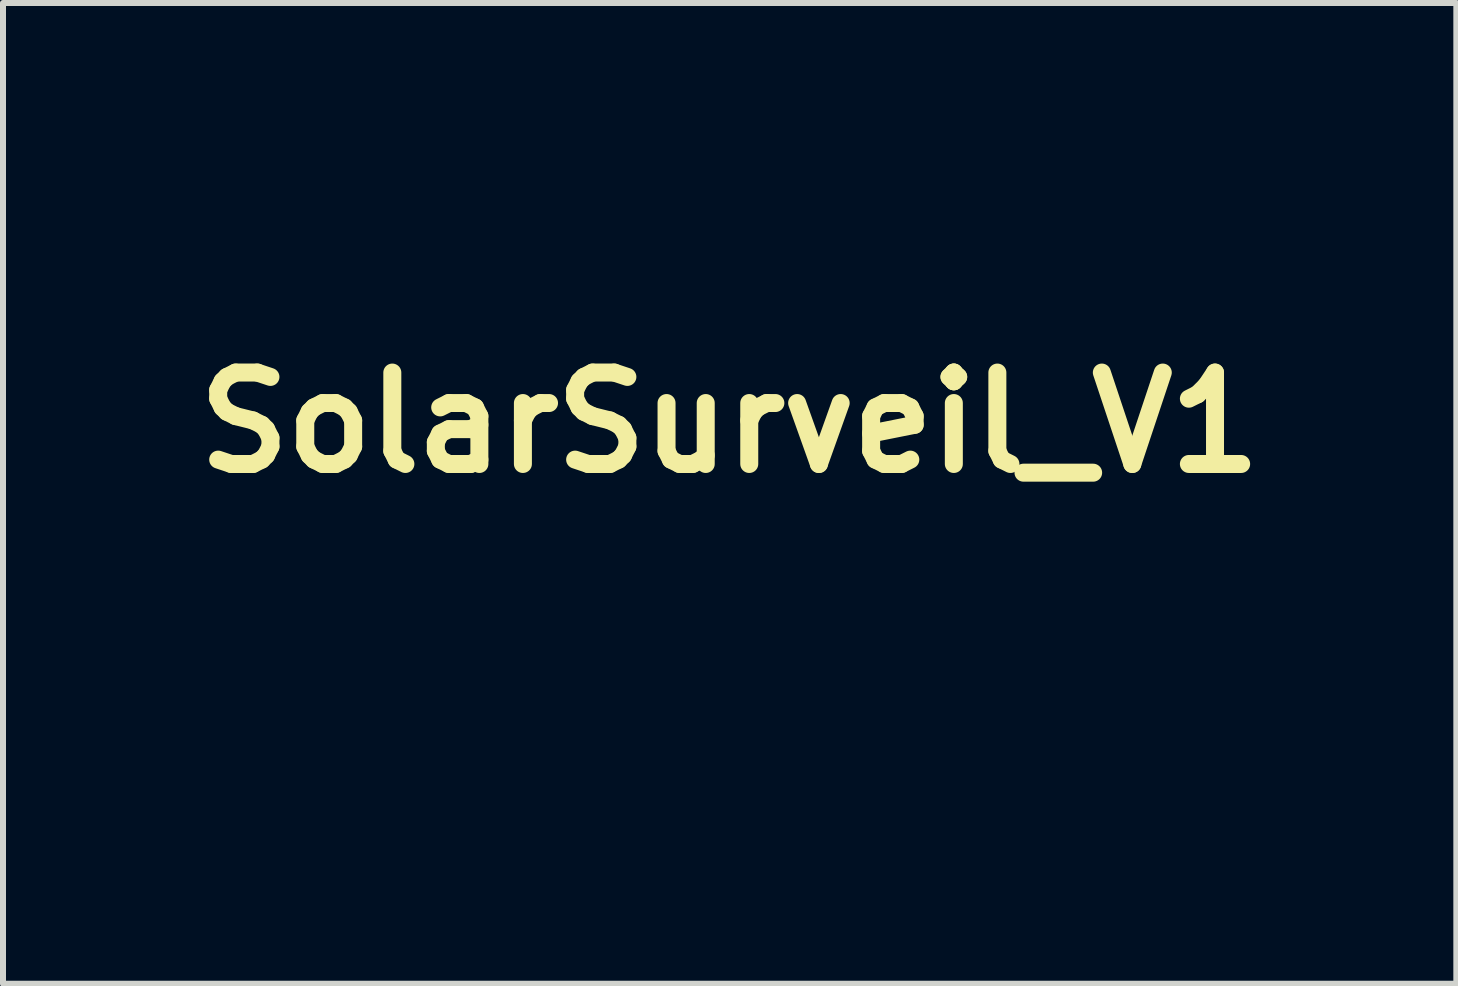
<source format=kicad_pcb>
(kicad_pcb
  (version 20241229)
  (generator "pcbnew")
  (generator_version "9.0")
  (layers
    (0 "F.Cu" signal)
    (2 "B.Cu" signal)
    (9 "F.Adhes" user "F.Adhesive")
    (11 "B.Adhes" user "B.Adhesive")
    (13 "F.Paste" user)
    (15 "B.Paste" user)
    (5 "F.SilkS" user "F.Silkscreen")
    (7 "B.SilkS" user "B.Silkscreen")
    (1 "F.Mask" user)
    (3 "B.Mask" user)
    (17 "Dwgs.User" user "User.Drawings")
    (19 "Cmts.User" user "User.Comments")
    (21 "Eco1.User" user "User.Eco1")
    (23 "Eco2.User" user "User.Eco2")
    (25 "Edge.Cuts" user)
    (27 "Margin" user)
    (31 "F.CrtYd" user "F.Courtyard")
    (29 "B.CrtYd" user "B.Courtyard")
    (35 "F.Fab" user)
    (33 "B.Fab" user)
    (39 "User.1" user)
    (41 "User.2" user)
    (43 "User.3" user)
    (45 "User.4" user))
  (footprint "SolarSurveil_V1"
    (layer "F.Cu")
    (at 9.115 3.996)
    (property "Reference" "SolarSurveil_V1" (at 0 0 0) (layer "F.SilkS") (effects (font (size 1.524 1.524) (thickness 0.3))))
    (attr through_hole)
    (fp_poly (pts (xy -1.727 1.689) (xy -1.74 1.702) (xy -1.753 1.689) (xy -1.74 1.676) (xy -1.727 1.689)) (stroke (width 0.01) (type solid)) (fill no) (layer "Eco2.User"))
    (fp_poly (pts (xy -1.727 2.121) (xy -1.74 2.134) (xy -1.753 2.121) (xy -1.74 2.108) (xy -1.727 2.121)) (stroke (width 0.01) (type solid)) (fill no) (layer "Eco2.User"))
    (fp_poly (pts (xy -1.092 2.705) (xy -1.105 2.718) (xy -1.118 2.705) (xy -1.105 2.692) (xy -1.092 2.705)) (stroke (width 0.01) (type solid)) (fill no) (layer "Eco2.User"))
    (fp_poly (pts (xy -0.356 2.756) (xy -0.368 2.769) (xy -0.381 2.756) (xy -0.368 2.743) (xy -0.356 2.756)) (stroke (width 0.01) (type solid)) (fill no) (layer "Eco2.User"))
    (fp_poly (pts (xy 0.178 2.731) (xy 0.165 2.743) (xy 0.152 2.731) (xy 0.165 2.718) (xy 0.178 2.731)) (stroke (width 0.01) (type solid)) (fill no) (layer "Eco2.User"))
    (fp_poly (pts (xy -0.567 2.726) (xy -0.564 2.756) (xy -0.567 2.76) (xy -0.582 2.757) (xy -0.584 2.743) (xy -0.575 2.722) (xy -0.567 2.726)) (stroke (width 0.01) (type solid)) (fill no) (layer "Eco2.User"))
    (fp_poly (pts (xy 0.398 2.726) (xy 0.401 2.756) (xy 0.398 2.76) (xy 0.383 2.757) (xy 0.381 2.743) (xy 0.39 2.722) (xy 0.398 2.726)) (stroke (width 0.01) (type solid)) (fill no) (layer "Eco2.User"))
    (fp_poly (pts (xy 0.703 -2.557) (xy 0.699 -2.542) (xy 0.686 -2.54) (xy 0.665 -2.549) (xy 0.669 -2.557) (xy 0.699 -2.56) (xy 0.703 -2.557)) (stroke (width 0.01) (type solid)) (fill no) (layer "Eco2.User"))
    (fp_poly (pts (xy 1.135 2.713) (xy 1.138 2.753) (xy 1.133 2.762) (xy 1.121 2.754) (xy 1.12 2.728) (xy 1.126 2.701) (xy 1.135 2.713)) (stroke (width 0.01) (type solid)) (fill no) (layer "Eco2.User"))
    (fp_poly (pts (xy -1.672 1.641) (xy -1.651 1.674) (xy -1.651 1.678) (xy -1.668 1.701) (xy -1.672 1.702) (xy -1.691 1.681) (xy -1.693 1.665) (xy -1.682 1.639) (xy -1.672 1.641)) (stroke (width 0.01) (type solid)) (fill no) (layer "Eco2.User"))
    (fp_poly (pts (xy -1.672 2.124) (xy -1.651 2.157) (xy -1.651 2.16) (xy -1.668 2.184) (xy -1.672 2.184) (xy -1.691 2.164) (xy -1.693 2.147) (xy -1.682 2.122) (xy -1.672 2.124)) (stroke (width 0.01) (type solid)) (fill no) (layer "Eco2.User"))
    (fp_poly (pts (xy -0.441 2.726) (xy -0.432 2.738) (xy -0.453 2.756) (xy -0.483 2.762) (xy -0.524 2.755) (xy -0.533 2.742) (xy -0.512 2.722) (xy -0.483 2.718) (xy -0.441 2.726)) (stroke (width 0.01) (type solid)) (fill no) (layer "Eco2.User"))
    (fp_poly (pts (xy 0.314 2.723) (xy 0.321 2.735) (xy 0.285 2.752) (xy 0.239 2.756) (xy 0.206 2.746) (xy 0.203 2.739) (xy 0.225 2.723) (xy 0.271 2.718) (xy 0.314 2.723)) (stroke (width 0.01) (type solid)) (fill no) (layer "Eco2.User"))
    (fp_poly (pts (xy -1.188 2.724) (xy -1.182 2.739) (xy -1.219 2.755) (xy -1.258 2.762) (xy -1.305 2.759) (xy -1.321 2.744) (xy -1.299 2.726) (xy -1.245 2.718) (xy -1.24 2.718) (xy -1.188 2.724)) (stroke (width 0.01) (type solid)) (fill no) (layer "Eco2.User"))
    (fp_poly (pts (xy 1.037 2.722) (xy 1.06 2.731) (xy 1.058 2.735) (xy 1.018 2.753) (xy 0.96 2.758) (xy 0.913 2.75) (xy 0.901 2.741) (xy 0.913 2.726) (xy 0.962 2.718) (xy 0.981 2.718) (xy 1.037 2.722)) (stroke (width 0.01) (type solid)) (fill no) (layer "Eco2.User"))
    (fp_poly (pts (xy -1.659 0.727) (xy -1.656 0.735) (xy -1.668 0.758) (xy -1.689 0.762) (xy -1.721 0.749) (xy -1.722 0.735) (xy -1.712 0.724) (xy -1.702 0.724) (xy -1.689 0.737) (xy -1.676 0.724) (xy -1.689 0.711) (xy -1.702 0.724) (xy -1.712 0.724) (xy -1.696 0.708) (xy -1.689 0.707) (xy -1.659 0.727)) (stroke (width 0.01) (type solid)) (fill no) (layer "Eco2.User"))
    (fp_poly (pts (xy -1.659 1.21) (xy -1.656 1.217) (xy -1.668 1.24) (xy -1.689 1.245) (xy -1.721 1.232) (xy -1.722 1.217) (xy -1.712 1.206) (xy -1.702 1.206) (xy -1.689 1.219) (xy -1.676 1.206) (xy -1.689 1.194) (xy -1.702 1.206) (xy -1.712 1.206) (xy -1.696 1.191) (xy -1.689 1.19) (xy -1.659 1.21)) (stroke (width 0.01) (type solid)) (fill no) (layer "Eco2.User"))
    (fp_poly (pts (xy -1.68 0.239) (xy -1.653 0.271) (xy -1.651 0.281) (xy -1.669 0.302) (xy -1.708 0.301) (xy -1.74 0.279) (xy -1.741 0.278) (xy -1.747 0.242) (xy -1.742 0.235) (xy -1.728 0.24) (xy -1.727 0.25) (xy -1.709 0.278) (xy -1.7 0.279) (xy -1.686 0.263) (xy -1.692 0.25) (xy -1.695 0.233) (xy -1.68 0.239)) (stroke (width 0.01) (type solid)) (fill no) (layer "Eco2.User"))
    (fp_poly (pts (xy 0.813 -2.533) (xy 0.891 -2.513) (xy 1.014 -2.474) (xy 1.071 -2.455) (xy 1.401 -2.315) (xy 1.702 -2.135) (xy 1.974 -1.916) (xy 2.212 -1.663) (xy 2.414 -1.379) (xy 2.578 -1.066) (xy 2.701 -0.728) (xy 2.767 -0.446) (xy 2.779 -0.353) (xy 2.788 -0.229) (xy 2.793 -0.096) (xy 2.794 -0.032) (xy 2.769 0.322) (xy 2.695 0.667) (xy 2.574 0.998) (xy 2.408 1.31) (xy 2.197 1.6) (xy 2.096 1.714) (xy 1.953 1.867) (xy 2.059 1.705) (xy 2.202 1.458) (xy 2.326 1.184) (xy 2.421 0.907) (xy 2.427 0.886) (xy 2.465 0.712) (xy 2.492 0.504) (xy 2.509 0.279) (xy 2.514 0.055) (xy 2.506 -0.153) (xy 2.49 -0.299) (xy 2.407 -0.668) (xy 2.28 -1.019) (xy 2.112 -1.347) (xy 1.906 -1.649) (xy 1.665 -1.921) (xy 1.391 -2.158) (xy 1.088 -2.357) (xy 0.954 -2.427) (xy 0.849 -2.481) (xy 0.791 -2.517) (xy 0.779 -2.534) (xy 0.813 -2.533)) (stroke (width 0.01) (type solid)) (fill no) (layer "Eco2.User"))
    (fp_poly (pts (xy 0.368 -3.978) (xy 0.801 -3.917) (xy 1.225 -3.81) (xy 1.637 -3.656) (xy 2.031 -3.458) (xy 2.259 -3.317) (xy 2.617 -3.047) (xy 2.939 -2.744) (xy 3.223 -2.411) (xy 3.467 -2.05) (xy 3.67 -1.665) (xy 3.829 -1.26) (xy 3.944 -0.837) (xy 4.013 -0.399) (xy 4.034 0.05) (xy 4.03 0.203) (xy 3.986 0.643) (xy 3.892 1.072) (xy 3.751 1.488) (xy 3.563 1.887) (xy 3.33 2.266) (xy 3.158 2.496) (xy 3.019 2.668) (xy 3.197 2.864) (xy 3.243 2.913) (xy 3.322 2.994) (xy 3.431 3.104) (xy 3.566 3.241) (xy 3.726 3.401) (xy 3.905 3.581) (xy 4.103 3.778) (xy 4.315 3.989) (xy 4.538 4.211) (xy 4.769 4.44) (xy 4.862 4.532) (xy 6.35 6.004) (xy 6.35 6.35) (xy 5.448 6.349) (xy 4.102 5.003) (xy 3.879 4.781) (xy 3.663 4.565) (xy 3.455 4.358) (xy 3.26 4.165) (xy 3.081 3.987) (xy 2.921 3.83) (xy 2.785 3.695) (xy 2.674 3.587) (xy 2.593 3.508) (xy 2.548 3.466) (xy 2.34 3.274) (xy 2.129 3.407) (xy 1.812 3.583) (xy 1.463 3.733) (xy 1.077 3.858) (xy 0.8 3.928) (xy 0.717 3.945) (xy 0.627 3.958) (xy 0.522 3.966) (xy 0.393 3.972) (xy 0.23 3.974) (xy 0.051 3.975) (xy -0.139 3.975) (xy -0.288 3.972) (xy -0.407 3.968) (xy -0.506 3.96) (xy -0.595 3.948) (xy -0.684 3.932) (xy -0.762 3.915) (xy -1.213 3.788) (xy -1.635 3.62) (xy -2.029 3.411) (xy -2.395 3.159) (xy -2.733 2.864) (xy -2.849 2.746) (xy -3.131 2.42) (xy -3.37 2.076) (xy -3.568 1.709) (xy -3.729 1.313) (xy -3.842 0.943) (xy -3.868 0.84) (xy -3.888 0.75) (xy -3.902 0.664) (xy -3.913 0.571) (xy -3.92 0.461) (xy -3.925 0.323) (xy -3.93 0.146) (xy -3.931 0.104) (xy -3.932 -0.025) (xy -3.079 -0.025) (xy -3.058 0.372) (xy -2.994 0.744) (xy -2.887 1.098) (xy -2.733 1.441) (xy -2.533 1.778) (xy -2.373 1.987) (xy -2.175 2.198) (xy -1.951 2.401) (xy -1.712 2.585) (xy -1.471 2.74) (xy -1.359 2.8) (xy -1.187 2.877) (xy -0.983 2.951) (xy -0.764 3.017) (xy -0.55 3.071) (xy -0.358 3.105) (xy -0.343 3.107) (xy -0.241 3.115) (xy -0.105 3.119) (xy 0.049 3.119) (xy 0.205 3.116) (xy 0.347 3.109) (xy 0.457 3.1) (xy 0.47 3.098) (xy 0.858 3.018) (xy 1.229 2.89) (xy 1.58 2.717) (xy 1.91 2.498) (xy 2.215 2.236) (xy 2.251 2.2) (xy 2.516 1.901) (xy 2.738 1.579) (xy 2.916 1.238) (xy 3.047 0.88) (xy 3.132 0.509) (xy 3.168 0.128) (xy 3.165 -0.108) (xy 3.122 -0.517) (xy 3.035 -0.902) (xy 2.903 -1.263) (xy 2.726 -1.603) (xy 2.502 -1.923) (xy 2.288 -2.169) (xy 1.998 -2.435) (xy 1.677 -2.662) (xy 1.33 -2.847) (xy 0.961 -2.988) (xy 0.826 -3.027) (xy 0.709 -3.057) (xy 0.613 -3.078) (xy 0.523 -3.092) (xy 0.428 -3.101) (xy 0.314 -3.106) (xy 0.168 -3.109) (xy 0.076 -3.109) (xy -0.117 -3.109) (xy -0.271 -3.104) (xy -0.397 -3.095) (xy -0.508 -3.08) (xy -0.584 -3.065) (xy -0.972 -2.959) (xy -1.329 -2.812) (xy -1.66 -2.623) (xy -1.968 -2.391) (xy -2.172 -2.201) (xy -2.443 -1.894) (xy -2.665 -1.573) (xy -2.839 -1.236) (xy -2.966 -0.883) (xy -3.046 -0.511) (xy -3.078 -0.121) (xy -3.079 -0.025) (xy -3.932 -0.025) (xy -3.934 -0.16) (xy -3.931 -0.375) (xy -3.922 -0.54) (xy -3.912 -0.631) (xy -3.818 -1.058) (xy -3.677 -1.469) (xy -3.494 -1.86) (xy -3.27 -2.228) (xy -3.009 -2.57) (xy -2.713 -2.883) (xy -2.385 -3.164) (xy -2.029 -3.409) (xy -1.646 -3.616) (xy -1.24 -3.781) (xy -0.934 -3.872) (xy -0.504 -3.956) (xy -0.068 -3.991) (xy 0.368 -3.978)) (stroke (width 0.01) (type solid)) (fill no) (layer "Eco2.User"))
    (fp_poly (pts (xy 1.778 0.238) (xy 1.783 0.242) (xy 1.78 0.27) (xy 1.757 0.329) (xy 1.727 0.389) (xy 1.685 0.472) (xy 1.651 0.547) (xy 1.638 0.582) (xy 1.63 0.623) (xy 1.648 0.634) (xy 1.699 0.627) (xy 1.754 0.622) (xy 1.778 0.635) (xy 1.778 0.636) (xy 1.756 0.652) (xy 1.701 0.66) (xy 1.688 0.66) (xy 1.643 0.663) (xy 1.611 0.676) (xy 1.582 0.71) (xy 1.548 0.773) (xy 1.513 0.849) (xy 1.458 0.97) (xy 1.424 1.05) (xy 1.411 1.099) (xy 1.421 1.121) (xy 1.453 1.125) (xy 1.508 1.118) (xy 1.539 1.113) (xy 1.649 1.096) (xy 1.718 1.087) (xy 1.756 1.086) (xy 1.773 1.092) (xy 1.777 1.105) (xy 1.755 1.119) (xy 1.694 1.136) (xy 1.606 1.151) (xy 1.572 1.156) (xy 1.364 1.181) (xy 1.203 1.537) (xy 1.148 1.662) (xy 1.1 1.772) (xy 1.065 1.859) (xy 1.045 1.912) (xy 1.042 1.924) (xy 1.026 1.954) (xy 0.99 1.943) (xy 0.977 1.933) (xy 0.945 1.917) (xy 0.874 1.89) (xy 0.773 1.855) (xy 0.653 1.815) (xy 0.612 1.802) (xy 0.272 1.694) (xy 0.104 1.87) (xy 0.011 1.968) (xy -0.1 2.084) (xy -0.211 2.2) (xy -0.26 2.252) (xy -0.457 2.458) (xy -0.606 2.379) (xy -0.756 2.301) (xy -0.956 2.451) (xy -1.045 2.519) (xy -1.12 2.579) (xy -1.17 2.623) (xy -1.184 2.638) (xy -1.211 2.661) (xy -1.231 2.643) (xy -1.233 2.604) (xy -1.221 2.592) (xy -1.171 2.558) (xy -1.1 2.508) (xy -1.02 2.449) (xy -0.94 2.389) (xy -0.873 2.336) (xy -0.827 2.299) (xy -0.814 2.285) (xy -0.821 2.279) (xy -0.722 2.279) (xy -0.621 2.332) (xy -0.551 2.365) (xy -0.493 2.385) (xy -0.48 2.386) (xy -0.445 2.369) (xy -0.387 2.323) (xy -0.317 2.256) (xy -0.291 2.229) (xy -0.208 2.14) (xy -0.105 2.032) (xy 0.001 1.921) (xy 0.058 1.861) (xy 0.26 1.651) (xy 0.627 1.768) (xy 0.755 1.808) (xy 0.865 1.84) (xy 0.949 1.863) (xy 0.998 1.873) (xy 1.006 1.873) (xy 1.02 1.846) (xy 1.051 1.782) (xy 1.095 1.689) (xy 1.147 1.576) (xy 1.166 1.534) (xy 1.228 1.397) (xy 1.267 1.3) (xy 1.283 1.238) (xy 1.276 1.205) (xy 1.244 1.195) (xy 1.186 1.202) (xy 1.12 1.216) (xy 1.057 1.227) (xy 1.006 1.223) (xy 0.948 1.2) (xy 0.868 1.154) (xy 0.79 1.109) (xy 0.728 1.078) (xy 0.697 1.067) (xy 0.669 1.084) (xy 0.614 1.131) (xy 0.542 1.199) (xy 0.475 1.266) (xy 0.281 1.466) (xy 0.129 1.413) (xy 0.049 1.387) (xy -0.009 1.373) (xy -0.032 1.372) (xy -0.058 1.409) (xy -0.101 1.478) (xy -0.156 1.568) (xy -0.218 1.672) (xy -0.281 1.779) (xy -0.339 1.88) (xy -0.387 1.965) (xy -0.42 2.026) (xy -0.432 2.052) (xy -0.453 2.082) (xy -0.476 2.094) (xy -0.521 2.118) (xy -0.585 2.164) (xy -0.621 2.194) (xy -0.722 2.279) (xy -0.821 2.279) (xy -0.835 2.268) (xy -0.891 2.236) (xy -0.974 2.194) (xy -1.022 2.171) (xy -1.128 2.121) (xy -1.195 2.088) (xy -1.232 2.068) (xy -1.246 2.057) (xy -1.245 2.049) (xy -1.237 2.042) (xy -1.209 2.046) (xy -1.147 2.07) (xy -1.061 2.11) (xy -0.993 2.143) (xy -0.765 2.261) (xy -0.618 2.138) (xy -0.543 2.069) (xy -0.471 1.987) (xy -0.394 1.882) (xy -0.305 1.744) (xy -0.271 1.69) (xy -0.204 1.575) (xy -0.149 1.476) (xy -0.11 1.399) (xy -0.093 1.354) (xy -0.094 1.345) (xy -0.121 1.332) (xy 0.004 1.332) (xy 0.048 1.354) (xy 0.118 1.376) (xy 0.194 1.392) (xy 0.256 1.398) (xy 0.279 1.394) (xy 0.314 1.369) (xy 0.375 1.317) (xy 0.453 1.249) (xy 0.495 1.21) (xy 0.672 1.047) (xy 0.649 1.036) (xy 0.727 1.036) (xy 0.852 1.101) (xy 0.973 1.149) (xy 1.096 1.166) (xy 1.242 1.153) (xy 1.249 1.152) (xy 1.293 1.142) (xy 1.327 1.124) (xy 1.358 1.087) (xy 1.393 1.022) (xy 1.441 0.921) (xy 1.443 0.918) (xy 1.485 0.823) (xy 1.517 0.746) (xy 1.534 0.7) (xy 1.536 0.69) (xy 1.509 0.69) (xy 1.443 0.695) (xy 1.349 0.705) (xy 1.279 0.714) (xy 1.029 0.746) (xy 0.727 1.036) (xy 0.649 1.036) (xy 0.477 0.95) (xy 0.388 0.908) (xy 0.317 0.878) (xy 0.277 0.864) (xy 0.272 0.865) (xy 0.248 0.9) (xy 0.209 0.964) (xy 0.161 1.045) (xy 0.11 1.133) (xy 0.063 1.216) (xy 0.026 1.284) (xy 0.006 1.325) (xy 0.004 1.332) (xy -0.121 1.332) (xy -0.127 1.329) (xy -0.195 1.304) (xy -0.282 1.276) (xy -0.282 1.276) (xy -0.387 1.249) (xy -0.455 1.242) (xy -0.498 1.253) (xy -0.54 1.28) (xy -0.613 1.332) (xy -0.705 1.401) (xy -0.81 1.48) (xy -0.915 1.561) (xy -1.013 1.637) (xy -1.093 1.701) (xy -1.146 1.746) (xy -1.149 1.749) (xy -1.199 1.785) (xy -1.234 1.795) (xy -1.238 1.792) (xy -1.235 1.765) (xy -1.211 1.743) (xy -1.166 1.712) (xy -1.092 1.658) (xy -0.997 1.588) (xy -0.892 1.508) (xy -0.785 1.427) (xy -0.685 1.35) (xy -0.602 1.285) (xy -0.545 1.239) (xy -0.526 1.222) (xy -0.501 1.201) (xy -0.473 1.193) (xy -0.43 1.198) (xy -0.361 1.219) (xy -0.273 1.25) (xy -0.168 1.285) (xy -0.101 1.302) (xy -0.06 1.303) (xy -0.037 1.29) (xy -0.009 1.251) (xy 0.035 1.184) (xy 0.086 1.1) (xy 0.138 1.012) (xy 0.184 0.931) (xy 0.216 0.869) (xy 0.229 0.839) (xy 0.239 0.811) (xy 0.273 0.807) (xy 0.337 0.83) (xy 0.435 0.88) (xy 0.482 0.906) (xy 0.69 1.024) (xy 0.846 0.869) (xy 1.003 0.714) (xy 1.556 0.65) (xy 1.642 0.472) (xy 1.682 0.383) (xy 1.713 0.309) (xy 1.727 0.265) (xy 1.727 0.261) (xy 1.744 0.231) (xy 1.778 0.238)) (stroke (width 0.01) (type solid)) (fill no) (layer "Eco2.User"))
    (fp_poly (pts (xy -0.552 -2.427) (xy -0.541 -2.423) (xy -0.496 -2.401) (xy -0.418 -2.355) (xy -0.315 -2.292) (xy -0.196 -2.217) (xy -0.102 -2.156) (xy 0.042 -2.062) (xy 0.192 -1.965) (xy 0.335 -1.872) (xy 0.456 -1.794) (xy 0.502 -1.764) (xy 0.772 -1.59) (xy 1.006 -1.438) (xy 1.201 -1.31) (xy 1.357 -1.207) (xy 1.474 -1.128) (xy 1.55 -1.075) (xy 1.583 -1.048) (xy 1.585 -1.046) (xy 1.578 -1.014) (xy 1.541 -0.973) (xy 1.538 -0.971) (xy 1.476 -0.922) (xy 1.64 -0.814) (xy 1.737 -0.742) (xy 1.791 -0.681) (xy 1.805 -0.625) (xy 1.782 -0.565) (xy 1.771 -0.549) (xy 1.739 -0.527) (xy 1.667 -0.488) (xy 1.563 -0.437) (xy 1.432 -0.375) (xy 1.283 -0.308) (xy 1.185 -0.265) (xy 1.004 -0.187) (xy 0.861 -0.127) (xy 0.745 -0.083) (xy 0.648 -0.053) (xy 0.56 -0.035) (xy 0.471 -0.028) (xy 0.372 -0.03) (xy 0.253 -0.039) (xy 0.105 -0.052) (xy 0.089 -0.054) (xy -0.119 -0.073) (xy -0.361 -0.095) (xy -0.621 -0.118) (xy -0.884 -0.141) (xy -1.133 -0.162) (xy -1.346 -0.18) (xy -1.48 -0.192) (xy -1.597 -0.204) (xy -1.687 -0.216) (xy -1.74 -0.225) (xy -1.749 -0.228) (xy -1.759 -0.242) (xy -1.767 -0.276) (xy -1.768 -0.282) (xy -1.434 -0.282) (xy -1.43 -0.273) (xy -1.379 -0.261) (xy -1.286 -0.249) (xy -1.153 -0.236) (xy -1.079 -0.23) (xy -0.922 -0.217) (xy -0.766 -0.204) (xy -0.626 -0.192) (xy -0.515 -0.181) (xy -0.483 -0.178) (xy -0.384 -0.168) (xy -0.301 -0.161) (xy -0.25 -0.156) (xy -0.248 -0.156) (xy -0.224 -0.161) (xy -0.21 -0.186) (xy -0.208 -0.207) (xy -0.127 -0.207) (xy -0.119 -0.176) (xy -0.088 -0.154) (xy -0.027 -0.138) (xy 0.071 -0.126) (xy 0.165 -0.119) (xy 0.254 -0.113) (xy 0.332 -0.108) (xy 0.356 -0.107) (xy 0.419 -0.103) (xy 0.409 -0.111) (xy 0.607 -0.111) (xy 0.616 -0.102) (xy 0.64 -0.111) (xy 0.704 -0.139) (xy 0.802 -0.18) (xy 0.926 -0.234) (xy 1.071 -0.297) (xy 1.167 -0.339) (xy 1.322 -0.407) (xy 1.46 -0.47) (xy 1.576 -0.524) (xy 1.662 -0.567) (xy 1.711 -0.596) (xy 1.721 -0.604) (xy 1.702 -0.603) (xy 1.642 -0.583) (xy 1.549 -0.548) (xy 1.429 -0.499) (xy 1.288 -0.44) (xy 1.202 -0.403) (xy 1.048 -0.336) (xy 0.909 -0.276) (xy 0.792 -0.225) (xy 0.704 -0.187) (xy 0.652 -0.164) (xy 0.641 -0.16) (xy 0.617 -0.138) (xy 0.607 -0.111) (xy 0.409 -0.111) (xy 0.356 -0.152) (xy 0.322 -0.175) (xy 0.283 -0.193) (xy 0.228 -0.207) (xy 0.147 -0.222) (xy 0.029 -0.239) (xy -0.006 -0.244) (xy -0.079 -0.251) (xy -0.115 -0.246) (xy -0.126 -0.224) (xy -0.127 -0.207) (xy -0.208 -0.207) (xy -0.204 -0.243) (xy -0.203 -0.328) (xy -0.203 -0.409) (xy -0.127 -0.409) (xy -0.113 -0.344) (xy -0.083 -0.322) (xy -0.036 -0.314) (xy 0.026 -0.309) (xy 0.084 -0.307) (xy 0.121 -0.309) (xy 0.125 -0.313) (xy 0.1 -0.331) (xy 0.046 -0.368) (xy -0.006 -0.404) (xy -0.127 -0.485) (xy -0.127 -0.409) (xy -0.203 -0.409) (xy -0.203 -0.503) (xy -0.311 -0.515) (xy -0.384 -0.514) (xy -0.498 -0.498) (xy -0.656 -0.468) (xy -0.86 -0.424) (xy -0.902 -0.414) (xy -1.054 -0.378) (xy -1.192 -0.345) (xy -1.307 -0.316) (xy -1.39 -0.295) (xy -1.433 -0.282) (xy -1.434 -0.282) (xy -1.768 -0.282) (xy -1.773 -0.334) (xy -1.778 -0.421) (xy -1.781 -0.543) (xy -1.782 -0.597) (xy -1.717 -0.597) (xy -1.717 -0.49) (xy -1.715 -0.42) (xy -1.713 -0.39) (xy -1.71 -0.405) (xy -1.708 -0.424) (xy -1.705 -0.54) (xy -1.706 -0.671) (xy -1.708 -0.755) (xy -1.711 -0.794) (xy -1.714 -0.787) (xy -1.716 -0.736) (xy -1.717 -0.646) (xy -1.717 -0.597) (xy -1.782 -0.597) (xy -1.783 -0.703) (xy -1.783 -0.893) (xy -1.626 -0.893) (xy -1.626 -0.31) (xy -1.543 -0.332) (xy -1.489 -0.346) (xy -1.397 -0.369) (xy -1.278 -0.398) (xy -1.144 -0.43) (xy -1.092 -0.443) (xy -0.955 -0.475) (xy -0.829 -0.504) (xy -0.726 -0.528) (xy -0.656 -0.543) (xy -0.641 -0.546) (xy -0.589 -0.561) (xy -0.565 -0.588) (xy -0.56 -0.641) (xy -0.405 -0.641) (xy -0.395 -0.611) (xy -0.358 -0.588) (xy -0.335 -0.585) (xy -0.308 -0.589) (xy -0.322 -0.608) (xy -0.341 -0.623) (xy -0.386 -0.648) (xy -0.405 -0.641) (xy -0.56 -0.641) (xy -0.559 -0.644) (xy -0.559 -0.669) (xy -0.56 -0.775) (xy -1.057 -1.105) (xy -1.199 -1.199) (xy -1.329 -1.285) (xy -1.439 -1.358) (xy -1.524 -1.413) (xy -1.576 -1.447) (xy -1.59 -1.455) (xy -1.601 -1.456) (xy -1.61 -1.438) (xy -1.617 -1.396) (xy -1.621 -1.326) (xy -1.624 -1.221) (xy -1.625 -1.075) (xy -1.626 -0.893) (xy -1.783 -0.893) (xy -1.783 -0.907) (xy -1.784 -1.005) (xy -1.784 -1.308) (xy -1.693 -1.308) (xy -1.692 -1.224) (xy -1.689 -1.178) (xy -1.686 -1.175) (xy -1.683 -1.201) (xy -1.679 -1.303) (xy -1.681 -1.406) (xy -1.683 -1.43) (xy -1.687 -1.453) (xy -1.69 -1.431) (xy -1.692 -1.369) (xy -1.693 -1.308) (xy -1.784 -1.308) (xy -1.784 -1.655) (xy -1.727 -1.655) (xy -1.707 -1.638) (xy -1.649 -1.595) (xy -1.557 -1.53) (xy -1.437 -1.447) (xy -1.293 -1.349) (xy -1.13 -1.238) (xy -0.951 -1.118) (xy -0.912 -1.091) (xy -0.715 -0.96) (xy -0.518 -0.828) (xy -0.328 -0.7) (xy -0.152 -0.582) (xy 0.002 -0.479) (xy 0.128 -0.394) (xy 0.212 -0.338) (xy 0.342 -0.252) (xy 0.435 -0.191) (xy 0.498 -0.152) (xy 0.536 -0.133) (xy 0.554 -0.131) (xy 0.559 -0.14) (xy 0.538 -0.156) (xy 0.479 -0.198) (xy 0.386 -0.262) (xy 0.261 -0.347) (xy 0.223 -0.373) (xy 0.355 -0.373) (xy 0.463 -0.301) (xy 0.529 -0.26) (xy 0.578 -0.233) (xy 0.592 -0.229) (xy 0.625 -0.238) (xy 0.689 -0.261) (xy 0.745 -0.284) (xy 0.821 -0.317) (xy 0.877 -0.344) (xy 0.896 -0.356) (xy 0.889 -0.378) (xy 0.848 -0.416) (xy 0.81 -0.443) (xy 0.704 -0.513) (xy 0.53 -0.443) (xy 0.355 -0.373) (xy 0.223 -0.373) (xy 0.11 -0.449) (xy -0.065 -0.566) (xy -0.258 -0.696) (xy -0.277 -0.709) (xy -0.127 -0.709) (xy -0.107 -0.688) (xy -0.056 -0.649) (xy 0.017 -0.599) (xy 0.098 -0.544) (xy 0.177 -0.493) (xy 0.243 -0.454) (xy 0.283 -0.433) (xy 0.289 -0.432) (xy 0.323 -0.44) (xy 0.389 -0.463) (xy 0.46 -0.489) (xy 0.537 -0.52) (xy 0.591 -0.546) (xy 0.792 -0.546) (xy 0.806 -0.53) (xy 0.85 -0.5) (xy 0.909 -0.463) (xy 0.968 -0.43) (xy 1.011 -0.41) (xy 1.022 -0.407) (xy 1.053 -0.416) (xy 1.117 -0.442) (xy 1.202 -0.478) (xy 1.221 -0.487) (xy 1.4 -0.567) (xy 1.285 -0.638) (xy 1.171 -0.71) (xy 0.985 -0.631) (xy 0.898 -0.594) (xy 0.83 -0.564) (xy 0.794 -0.547) (xy 0.792 -0.546) (xy 0.591 -0.546) (xy 0.591 -0.546) (xy 0.609 -0.559) (xy 0.589 -0.577) (xy 0.536 -0.617) (xy 0.459 -0.671) (xy 0.406 -0.707) (xy 0.203 -0.843) (xy 0.038 -0.784) (xy -0.044 -0.752) (xy -0.103 -0.725) (xy -0.127 -0.709) (xy -0.127 -0.709) (xy -0.277 -0.709) (xy -0.467 -0.836) (xy -0.584 -0.914) (xy -0.799 -1.056) (xy -0.835 -1.08) (xy -0.672 -1.08) (xy -0.651 -1.046) (xy -0.589 -0.998) (xy -0.486 -0.929) (xy -0.476 -0.922) (xy -0.38 -0.859) (xy -0.299 -0.808) (xy -0.244 -0.774) (xy -0.223 -0.764) (xy -0.191 -0.771) (xy -0.128 -0.792) (xy -0.083 -0.809) (xy -0.003 -0.839) (xy 0.048 -0.859) (xy 0.325 -0.859) (xy 0.326 -0.858) (xy 0.37 -0.822) (xy 0.438 -0.773) (xy 0.519 -0.719) (xy 0.599 -0.669) (xy 0.665 -0.63) (xy 0.706 -0.612) (xy 0.709 -0.611) (xy 0.75 -0.619) (xy 0.822 -0.642) (xy 0.91 -0.675) (xy 0.912 -0.676) (xy 0.996 -0.71) (xy 1.059 -0.736) (xy 1.06 -0.737) (xy 1.271 -0.737) (xy 1.29 -0.717) (xy 1.338 -0.685) (xy 1.397 -0.65) (xy 1.451 -0.621) (xy 1.48 -0.611) (xy 1.515 -0.619) (xy 1.575 -0.641) (xy 1.588 -0.646) (xy 1.645 -0.673) (xy 1.675 -0.691) (xy 1.676 -0.694) (xy 1.657 -0.713) (xy 1.608 -0.749) (xy 1.577 -0.77) (xy 1.514 -0.809) (xy 1.471 -0.823) (xy 1.423 -0.813) (xy 1.374 -0.793) (xy 1.311 -0.764) (xy 1.275 -0.742) (xy 1.271 -0.737) (xy 1.06 -0.737) (xy 1.087 -0.75) (xy 1.088 -0.75) (xy 1.072 -0.765) (xy 1.023 -0.801) (xy 0.953 -0.849) (xy 0.872 -0.903) (xy 0.792 -0.955) (xy 0.721 -0.998) (xy 0.716 -1.001) (xy 0.68 -1.003) (xy 0.616 -0.99) (xy 0.537 -0.966) (xy 0.455 -0.936) (xy 0.385 -0.906) (xy 0.337 -0.878) (xy 0.325 -0.859) (xy 0.048 -0.859) (xy 0.063 -0.865) (xy 0.085 -0.873) (xy 0.097 -0.885) (xy 0.083 -0.909) (xy 0.036 -0.948) (xy -0.048 -1.007) (xy -0.115 -1.052) (xy -0.363 -1.214) (xy -0.499 -1.167) (xy -0.595 -1.133) (xy -0.653 -1.107) (xy -0.672 -1.08) (xy -0.835 -1.08) (xy -1.002 -1.19) (xy -1.186 -1.311) (xy -1.351 -1.419) (xy -1.398 -1.449) (xy -1.253 -1.449) (xy -1.252 -1.447) (xy -1.219 -1.423) (xy -1.157 -1.38) (xy -1.078 -1.327) (xy -0.991 -1.269) (xy -0.907 -1.216) (xy -0.839 -1.173) (xy -0.795 -1.147) (xy -0.786 -1.143) (xy -0.757 -1.151) (xy -0.693 -1.17) (xy -0.615 -1.196) (xy -0.534 -1.225) (xy -0.501 -1.238) (xy -0.248 -1.238) (xy -0.224 -1.216) (xy -0.168 -1.174) (xy -0.087 -1.117) (xy -0.015 -1.069) (xy 0.211 -0.922) (xy 0.411 -0.998) (xy 0.57 -1.059) (xy 0.762 -1.059) (xy 0.971 -0.924) (xy 1.061 -0.866) (xy 1.132 -0.821) (xy 1.175 -0.794) (xy 1.185 -0.788) (xy 1.208 -0.797) (xy 1.262 -0.82) (xy 1.294 -0.835) (xy 1.4 -0.882) (xy 1.255 -0.978) (xy 1.397 -0.978) (xy 1.41 -0.965) (xy 1.422 -0.978) (xy 1.41 -0.991) (xy 1.397 -0.978) (xy 1.255 -0.978) (xy 1.216 -1.004) (xy 1.137 -1.054) (xy 1.27 -1.054) (xy 1.283 -1.041) (xy 1.295 -1.054) (xy 1.283 -1.067) (xy 1.27 -1.054) (xy 1.137 -1.054) (xy 1.13 -1.059) (xy 1.058 -1.101) (xy 1.051 -1.105) (xy 1.194 -1.105) (xy 1.206 -1.092) (xy 1.219 -1.105) (xy 1.206 -1.118) (xy 1.194 -1.105) (xy 1.051 -1.105) (xy 1.013 -1.124) (xy 1.005 -1.127) (xy 0.966 -1.121) (xy 0.899 -1.103) (xy 0.87 -1.094) (xy 0.762 -1.059) (xy 0.57 -1.059) (xy 0.611 -1.074) (xy 0.413 -1.2) (xy 0.32 -1.259) (xy 0.238 -1.311) (xy 0.18 -1.348) (xy 0.166 -1.357) (xy 0.133 -1.371) (xy 0.088 -1.371) (xy 0.02 -1.354) (xy -0.069 -1.324) (xy -0.156 -1.291) (xy -0.219 -1.261) (xy -0.247 -1.241) (xy -0.248 -1.238) (xy -0.501 -1.238) (xy -0.478 -1.247) (xy -0.457 -1.259) (xy -0.477 -1.276) (xy -0.53 -1.315) (xy -0.609 -1.37) (xy -0.688 -1.424) (xy -0.919 -1.58) (xy -1.096 -1.523) (xy -1.178 -1.493) (xy -1.234 -1.467) (xy -1.253 -1.449) (xy -1.398 -1.449) (xy -1.49 -1.509) (xy -1.601 -1.58) (xy -1.679 -1.629) (xy -1.721 -1.653) (xy -1.727 -1.655) (xy -1.784 -1.655) (xy -1.784 -1.728) (xy -1.632 -1.728) (xy -1.623 -1.706) (xy -1.581 -1.666) (xy -1.518 -1.617) (xy -1.431 -1.563) (xy -1.356 -1.537) (xy -1.276 -1.54) (xy -1.177 -1.57) (xy -1.114 -1.596) (xy -1.102 -1.601) (xy -0.812 -1.601) (xy -0.793 -1.584) (xy -0.741 -1.547) (xy -0.668 -1.496) (xy -0.585 -1.439) (xy -0.501 -1.384) (xy -0.429 -1.337) (xy -0.377 -1.306) (xy -0.36 -1.297) (xy -0.333 -1.304) (xy -0.271 -1.324) (xy -0.186 -1.354) (xy -0.163 -1.362) (xy -0.075 -1.395) (xy -0.008 -1.421) (xy -0.003 -1.423) (xy 0.242 -1.423) (xy 0.257 -1.403) (xy 0.305 -1.364) (xy 0.376 -1.313) (xy 0.459 -1.256) (xy 0.544 -1.201) (xy 0.62 -1.156) (xy 0.677 -1.126) (xy 0.701 -1.118) (xy 0.743 -1.126) (xy 0.806 -1.144) (xy 0.81 -1.146) (xy 0.841 -1.161) (xy 1.122 -1.161) (xy 1.128 -1.147) (xy 1.153 -1.12) (xy 1.168 -1.125) (xy 1.168 -1.129) (xy 1.15 -1.15) (xy 1.139 -1.158) (xy 1.122 -1.161) (xy 0.841 -1.161) (xy 0.862 -1.171) (xy 0.883 -1.196) (xy 0.883 -1.199) (xy 0.875 -1.206) (xy 1.041 -1.206) (xy 1.054 -1.194) (xy 1.067 -1.206) (xy 1.054 -1.219) (xy 1.041 -1.206) (xy 0.875 -1.206) (xy 0.859 -1.222) (xy 0.805 -1.263) (xy 0.969 -1.263) (xy 0.975 -1.249) (xy 1.001 -1.221) (xy 1.016 -1.227) (xy 1.016 -1.23) (xy 0.998 -1.252) (xy 0.987 -1.26) (xy 0.969 -1.263) (xy 0.805 -1.263) (xy 0.802 -1.265) (xy 0.72 -1.321) (xy 0.692 -1.339) (xy 0.844 -1.339) (xy 0.848 -1.331) (xy 0.875 -1.31) (xy 0.92 -1.276) (xy 0.938 -1.273) (xy 0.94 -1.282) (xy 0.92 -1.3) (xy 0.883 -1.321) (xy 0.844 -1.339) (xy 0.692 -1.339) (xy 0.655 -1.364) (xy 0.613 -1.39) (xy 0.766 -1.39) (xy 0.772 -1.376) (xy 0.798 -1.348) (xy 0.813 -1.354) (xy 0.813 -1.357) (xy 0.795 -1.379) (xy 0.783 -1.387) (xy 0.766 -1.39) (xy 0.613 -1.39) (xy 0.555 -1.427) (xy 0.53 -1.441) (xy 0.69 -1.441) (xy 0.696 -1.426) (xy 0.722 -1.399) (xy 0.736 -1.405) (xy 0.737 -1.408) (xy 0.719 -1.43) (xy 0.707 -1.438) (xy 0.69 -1.441) (xy 0.53 -1.441) (xy 0.486 -1.465) (xy 0.438 -1.484) (xy 0.399 -1.488) (xy 0.359 -1.478) (xy 0.345 -1.474) (xy 0.283 -1.449) (xy 0.245 -1.427) (xy 0.242 -1.423) (xy -0.003 -1.423) (xy 0.024 -1.437) (xy 0.025 -1.438) (xy 0.006 -1.455) (xy -0.048 -1.494) (xy -0.126 -1.548) (xy -0.197 -1.595) (xy -0.42 -1.743) (xy -0.617 -1.679) (xy -0.707 -1.648) (xy -0.776 -1.622) (xy -0.81 -1.604) (xy -0.812 -1.601) (xy -1.102 -1.601) (xy -1.01 -1.64) (xy -1.159 -1.737) (xy -1.308 -1.833) (xy -1.46 -1.789) (xy -1.543 -1.763) (xy -1.606 -1.74) (xy -1.632 -1.728) (xy -1.784 -1.728) (xy -1.784 -1.763) (xy -1.607 -1.817) (xy -1.518 -1.844) (xy -1.513 -1.846) (xy -1.172 -1.846) (xy -1.152 -1.822) (xy -1.1 -1.781) (xy -1.039 -1.741) (xy -0.908 -1.658) (xy -0.707 -1.724) (xy -0.609 -1.757) (xy -0.591 -1.765) (xy -0.336 -1.765) (xy -0.111 -1.62) (xy -0.016 -1.561) (xy 0.062 -1.513) (xy 0.114 -1.483) (xy 0.13 -1.475) (xy 0.162 -1.483) (xy 0.221 -1.505) (xy 0.242 -1.513) (xy 0.287 -1.533) (xy 0.31 -1.55) (xy 0.307 -1.571) (xy 0.274 -1.601) (xy 0.257 -1.613) (xy 0.406 -1.613) (xy 0.426 -1.595) (xy 0.473 -1.561) (xy 0.535 -1.52) (xy 0.595 -1.481) (xy 0.64 -1.454) (xy 0.654 -1.448) (xy 0.66 -1.458) (xy 0.641 -1.476) (xy 0.589 -1.512) (xy 0.533 -1.547) (xy 0.466 -1.587) (xy 0.42 -1.61) (xy 0.406 -1.613) (xy 0.257 -1.613) (xy 0.205 -1.648) (xy 0.107 -1.711) (xy -0.002 -1.777) (xy -0.085 -1.813) (xy -0.154 -1.824) (xy -0.222 -1.811) (xy -0.263 -1.796) (xy -0.336 -1.765) (xy -0.591 -1.765) (xy -0.554 -1.78) (xy -0.533 -1.797) (xy -0.54 -1.814) (xy -0.551 -1.824) (xy -0.601 -1.858) (xy -0.672 -1.902) (xy -0.7 -1.919) (xy -0.802 -1.98) (xy -0.987 -1.923) (xy -1.075 -1.894) (xy -1.141 -1.867) (xy -1.171 -1.848) (xy -1.172 -1.846) (xy -1.513 -1.846) (xy -1.394 -1.881) (xy -1.25 -1.923) (xy -1.1 -1.966) (xy -1.045 -1.982) (xy -0.987 -1.999) (xy -0.659 -1.999) (xy -0.627 -1.964) (xy -0.575 -1.922) (xy -0.514 -1.88) (xy -0.455 -1.847) (xy -0.411 -1.832) (xy -0.406 -1.832) (xy -0.358 -1.841) (xy -0.29 -1.861) (xy -0.283 -1.863) (xy -0.198 -1.894) (xy -0.334 -1.984) (xy -0.404 -2.03) (xy -0.456 -2.054) (xy -0.505 -2.058) (xy -0.57 -2.044) (xy -0.659 -2.016) (xy -0.659 -1.999) (xy -0.987 -1.999) (xy -0.66 -2.092) (xy -0.66 -2.234) (xy -0.659 -2.254) (xy -0.599 -2.254) (xy -0.581 -2.239) (xy -0.528 -2.201) (xy -0.446 -2.146) (xy -0.342 -2.078) (xy -0.225 -2.002) (xy -0.101 -1.921) (xy 0.022 -1.842) (xy 0.137 -1.769) (xy 0.237 -1.707) (xy 0.315 -1.659) (xy 0.363 -1.631) (xy 0.375 -1.626) (xy 0.381 -1.636) (xy 0.361 -1.652) (xy 0.305 -1.692) (xy 0.219 -1.749) (xy 0.112 -1.819) (xy 0.013 -1.884) (xy -0.163 -1.997) (xy -0.301 -2.085) (xy -0.406 -2.152) (xy -0.482 -2.199) (xy -0.535 -2.231) (xy -0.568 -2.249) (xy -0.587 -2.256) (xy -0.597 -2.256) (xy -0.599 -2.254) (xy -0.659 -2.254) (xy -0.655 -2.343) (xy -0.651 -2.355) (xy -0.559 -2.355) (xy -0.551 -2.346) (xy -0.505 -2.313) (xy -0.425 -2.257) (xy -0.314 -2.183) (xy -0.178 -2.093) (xy -0.021 -1.989) (xy 0.154 -1.875) (xy 0.342 -1.754) (xy 0.368 -1.737) (xy 0.473 -1.669) (xy 0.606 -1.583) (xy 0.752 -1.489) (xy 0.898 -1.394) (xy 0.953 -1.359) (xy 1.129 -1.245) (xy 1.267 -1.156) (xy 1.369 -1.091) (xy 1.441 -1.046) (xy 1.485 -1.021) (xy 1.505 -1.012) (xy 1.505 -1.018) (xy 1.488 -1.036) (xy 1.485 -1.04) (xy 1.474 -1.048) (xy 1.452 -1.064) (xy 1.415 -1.089) (xy 1.361 -1.125) (xy 1.286 -1.174) (xy 1.187 -1.238) (xy 1.061 -1.319) (xy 0.906 -1.42) (xy 0.718 -1.541) (xy 0.495 -1.685) (xy 0.232 -1.854) (xy 0.132 -1.918) (xy 0.006 -2) (xy -0.133 -2.09) (xy -0.262 -2.174) (xy -0.312 -2.206) (xy -0.406 -2.266) (xy -0.486 -2.316) (xy -0.542 -2.347) (xy -0.559 -2.355) (xy -0.651 -2.355) (xy -0.638 -2.408) (xy -0.605 -2.434) (xy -0.552 -2.427)) (stroke (width 0.01) (type solid)) (fill no) (layer "Eco2.User")))
  (gr_rect
    (start -3 -3)
    (end 21.23 13.351)
    (stroke (width 0.1) (type default))
    (fill no)
    (layer "Edge.Cuts")))
</source>
